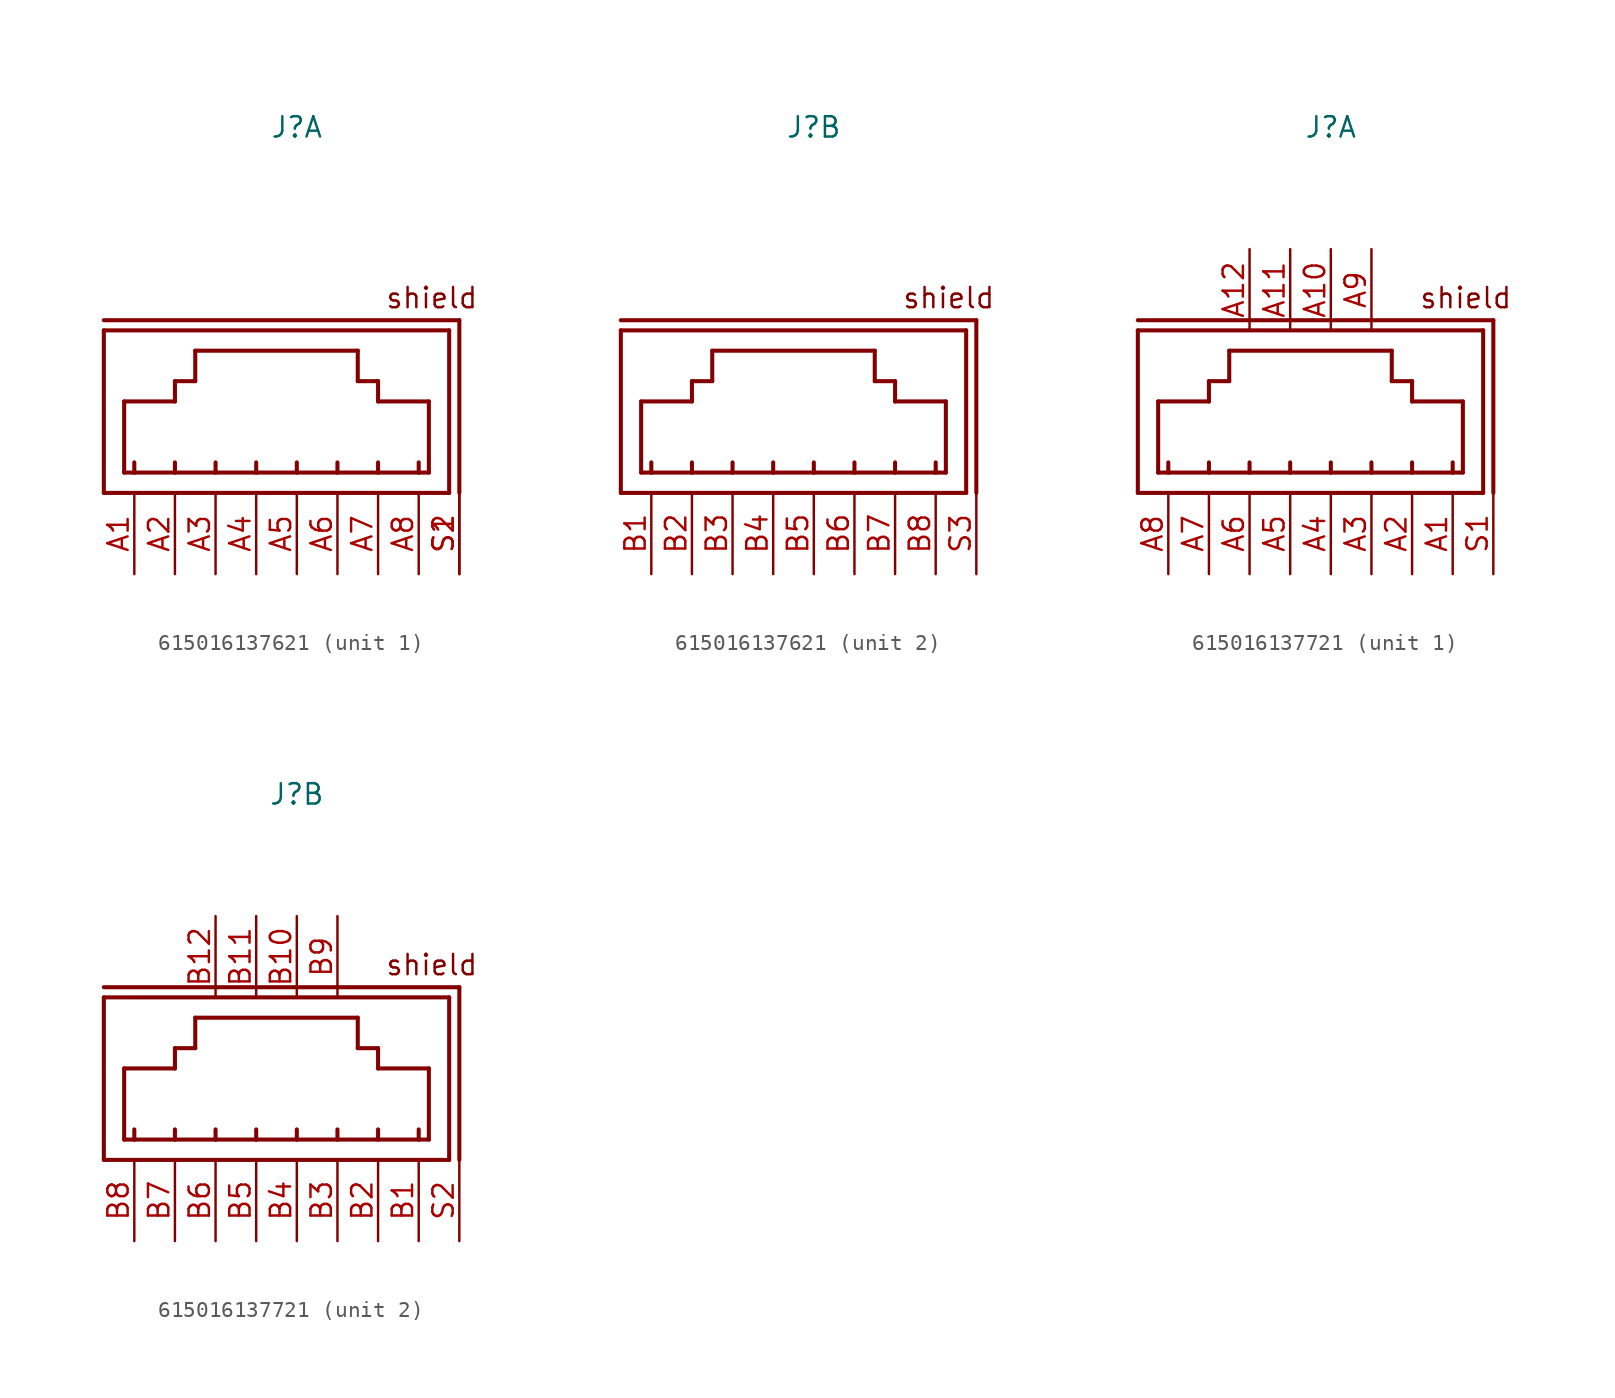
<source format=kicad_sym>
(kicad_symbol_lib
  (version 20241209)
  (generator "kicad_symbol_editor")
  (generator_version "9.0")
  (symbol "615016137621"
    (pin_names
      (hide yes))
    (property "Reference" "J"
      (at 0 17.78 0)
      (effects (font (size 1.27 1.27))))
    (property "ki_locked" ""
      (at 0 0 0)
      (effects (font (size 1.27 1.27))))
    (symbol "615016137621_1_0"
      (polyline (pts (xy -12.065 5.715) (xy 10.16 5.715)) (stroke (width 0.254) (type solid)) (fill (type none)))
      (polyline (pts (xy -12.065 5.08) (xy 9.525 5.08)) (stroke (width 0.254) (type solid)) (fill (type none)))
      (polyline (pts (xy -12.065 -5.08) (xy -12.065 5.08)) (stroke (width 0.254) (type solid)) (fill (type none)))
      (polyline (pts (xy -10.795 0.635) (xy -7.62 0.635)) (stroke (width 0.254) (type solid)) (fill (type none)))
      (polyline (pts (xy -10.795 -3.81) (xy -10.795 0.635)) (stroke (width 0.254) (type solid)) (fill (type none)))
      (polyline (pts (xy -10.16 -3.81) (xy -10.795 -3.81)) (stroke (width 0.254) (type solid)) (fill (type none)))
      (polyline (pts (xy -10.16 -3.81) (xy -10.16 -3.175)) (stroke (width 0.254) (type solid)) (fill (type none)))
      (polyline (pts (xy -7.62 1.905) (xy -6.35 1.905)) (stroke (width 0.254) (type solid)) (fill (type none)))
      (polyline (pts (xy -7.62 0.635) (xy -7.62 1.905)) (stroke (width 0.254) (type solid)) (fill (type none)))
      (polyline (pts (xy -7.62 -3.81) (xy -10.16 -3.81)) (stroke (width 0.254) (type solid)) (fill (type none)))
      (polyline (pts (xy -7.62 -3.81) (xy -7.62 -3.175)) (stroke (width 0.254) (type solid)) (fill (type none)))
      (polyline (pts (xy -6.35 3.81) (xy 3.81 3.81)) (stroke (width 0.254) (type solid)) (fill (type none)))
      (polyline (pts (xy -6.35 1.905) (xy -6.35 3.81)) (stroke (width 0.254) (type solid)) (fill (type none)))
      (polyline (pts (xy -5.08 -3.81) (xy -7.62 -3.81)) (stroke (width 0.254) (type solid)) (fill (type none)))
      (polyline (pts (xy -5.08 -3.81) (xy -5.08 -3.175)) (stroke (width 0.254) (type solid)) (fill (type none)))
      (polyline (pts (xy -2.54 -3.81) (xy -5.08 -3.81)) (stroke (width 0.254) (type solid)) (fill (type none)))
      (polyline (pts (xy -2.54 -3.81) (xy -2.54 -3.175)) (stroke (width 0.254) (type solid)) (fill (type none)))
      (polyline (pts (xy 0 -3.81) (xy -2.54 -3.81)) (stroke (width 0.254) (type solid)) (fill (type none)))
      (polyline (pts (xy 0 -3.81) (xy 0 -3.175)) (stroke (width 0.254) (type solid)) (fill (type none)))
      (polyline (pts (xy 2.54 -3.81) (xy 0 -3.81)) (stroke (width 0.254) (type solid)) (fill (type none)))
      (polyline (pts (xy 2.54 -3.81) (xy 2.54 -3.175)) (stroke (width 0.254) (type solid)) (fill (type none)))
      (polyline (pts (xy 3.81 1.905) (xy 3.81 3.81)) (stroke (width 0.254) (type solid)) (fill (type none)))
      (polyline (pts (xy 5.08 1.905) (xy 3.81 1.905)) (stroke (width 0.254) (type solid)) (fill (type none)))
      (polyline (pts (xy 5.08 0.635) (xy 5.08 1.905)) (stroke (width 0.254) (type solid)) (fill (type none)))
      (polyline (pts (xy 5.08 -3.81) (xy 2.54 -3.81)) (stroke (width 0.254) (type solid)) (fill (type none)))
      (polyline (pts (xy 5.08 -3.81) (xy 5.08 -3.175)) (stroke (width 0.254) (type solid)) (fill (type none)))
      (polyline (pts (xy 7.62 -3.81) (xy 5.08 -3.81)) (stroke (width 0.254) (type solid)) (fill (type none)))
      (polyline (pts (xy 7.62 -3.81) (xy 7.62 -3.175)) (stroke (width 0.254) (type solid)) (fill (type none)))
      (polyline (pts (xy 8.255 0.635) (xy 5.08 0.635)) (stroke (width 0.254) (type solid)) (fill (type none)))
      (polyline (pts (xy 8.255 0.635) (xy 8.255 -3.81)) (stroke (width 0.254) (type solid)) (fill (type none)))
      (polyline (pts (xy 8.255 -3.81) (xy 7.62 -3.81)) (stroke (width 0.254) (type solid)) (fill (type none)))
      (polyline (pts (xy 9.525 5.08) (xy 9.525 -5.08)) (stroke (width 0.254) (type solid)) (fill (type none)))
      (polyline (pts (xy 9.525 -5.08) (xy -12.065 -5.08)) (stroke (width 0.254) (type solid)) (fill (type none)))
      (polyline (pts (xy 10.16 5.715) (xy 10.16 -5.08)) (stroke (width 0.254) (type solid)) (fill (type none)))
      (pin passive line (at -10.16 -10.16 90) (length 5.08) (name "1" (effects (font (size 1.27 1.27)))) (number "A1" (effects (font (size 1.27 1.27)))))
      (pin passive line (at -7.62 -10.16 90) (length 5.08) (name "2" (effects (font (size 1.27 1.27)))) (number "A2" (effects (font (size 1.27 1.27)))))
      (pin passive line (at -5.08 -10.16 90) (length 5.08) (name "3" (effects (font (size 1.27 1.27)))) (number "A3" (effects (font (size 1.27 1.27)))))
      (pin passive line (at -2.54 -10.16 90) (length 5.08) (name "4" (effects (font (size 1.27 1.27)))) (number "A4" (effects (font (size 1.27 1.27)))))
      (pin passive line (at 0 -10.16 90) (length 5.08) (name "5" (effects (font (size 1.27 1.27)))) (number "A5" (effects (font (size 1.27 1.27)))))
      (pin passive line (at 2.54 -10.16 90) (length 5.08) (name "6" (effects (font (size 1.27 1.27)))) (number "A6" (effects (font (size 1.27 1.27)))))
      (pin passive line (at 5.08 -10.16 90) (length 5.08) (name "7" (effects (font (size 1.27 1.27)))) (number "A7" (effects (font (size 1.27 1.27)))))
      (pin passive line (at 7.62 -10.16 90) (length 5.08) (name "8" (effects (font (size 1.27 1.27)))) (number "A8" (effects (font (size 1.27 1.27)))))
      (pin passive line (at 10.16 -10.16 90) (length 5.08) (name "SHIELD" (effects (font (size 1.27 1.27)))) (number "S1" (effects (font (size 1.27 1.27)))))
      (pin passive line (at 10.16 -10.16 90) (length 5.08) (name "SHIELD" (effects (font (size 1.27 1.27)))) (number "S2" (effects (font (size 1.27 1.27))))))
    (symbol "615016137621_1_1"
      (text "shield" (at 5.495 6.365 0) (effects (font (size 1.27 1.27)) (justify left bottom))))
    (symbol "615016137621_2_0"
      (polyline (pts (xy -12.065 5.715) (xy 10.16 5.715)) (stroke (width 0.254) (type solid)) (fill (type none)))
      (polyline (pts (xy -12.065 5.08) (xy 9.525 5.08)) (stroke (width 0.254) (type solid)) (fill (type none)))
      (polyline (pts (xy -12.065 -5.08) (xy -12.065 5.08)) (stroke (width 0.254) (type solid)) (fill (type none)))
      (polyline (pts (xy -10.795 0.635) (xy -7.62 0.635)) (stroke (width 0.254) (type solid)) (fill (type none)))
      (polyline (pts (xy -10.795 -3.81) (xy -10.795 0.635)) (stroke (width 0.254) (type solid)) (fill (type none)))
      (polyline (pts (xy -10.16 -3.81) (xy -10.795 -3.81)) (stroke (width 0.254) (type solid)) (fill (type none)))
      (polyline (pts (xy -10.16 -3.81) (xy -10.16 -3.175)) (stroke (width 0.254) (type solid)) (fill (type none)))
      (polyline (pts (xy -7.62 1.905) (xy -6.35 1.905)) (stroke (width 0.254) (type solid)) (fill (type none)))
      (polyline (pts (xy -7.62 0.635) (xy -7.62 1.905)) (stroke (width 0.254) (type solid)) (fill (type none)))
      (polyline (pts (xy -7.62 -3.81) (xy -10.16 -3.81)) (stroke (width 0.254) (type solid)) (fill (type none)))
      (polyline (pts (xy -7.62 -3.81) (xy -7.62 -3.175)) (stroke (width 0.254) (type solid)) (fill (type none)))
      (polyline (pts (xy -6.35 3.81) (xy 3.81 3.81)) (stroke (width 0.254) (type solid)) (fill (type none)))
      (polyline (pts (xy -6.35 1.905) (xy -6.35 3.81)) (stroke (width 0.254) (type solid)) (fill (type none)))
      (polyline (pts (xy -5.08 -3.81) (xy -7.62 -3.81)) (stroke (width 0.254) (type solid)) (fill (type none)))
      (polyline (pts (xy -5.08 -3.81) (xy -5.08 -3.175)) (stroke (width 0.254) (type solid)) (fill (type none)))
      (polyline (pts (xy -2.54 -3.81) (xy -5.08 -3.81)) (stroke (width 0.254) (type solid)) (fill (type none)))
      (polyline (pts (xy -2.54 -3.81) (xy -2.54 -3.175)) (stroke (width 0.254) (type solid)) (fill (type none)))
      (polyline (pts (xy 0 -3.81) (xy -2.54 -3.81)) (stroke (width 0.254) (type solid)) (fill (type none)))
      (polyline (pts (xy 0 -3.81) (xy 0 -3.175)) (stroke (width 0.254) (type solid)) (fill (type none)))
      (polyline (pts (xy 2.54 -3.81) (xy 0 -3.81)) (stroke (width 0.254) (type solid)) (fill (type none)))
      (polyline (pts (xy 2.54 -3.81) (xy 2.54 -3.175)) (stroke (width 0.254) (type solid)) (fill (type none)))
      (polyline (pts (xy 3.81 1.905) (xy 3.81 3.81)) (stroke (width 0.254) (type solid)) (fill (type none)))
      (polyline (pts (xy 5.08 1.905) (xy 3.81 1.905)) (stroke (width 0.254) (type solid)) (fill (type none)))
      (polyline (pts (xy 5.08 0.635) (xy 5.08 1.905)) (stroke (width 0.254) (type solid)) (fill (type none)))
      (polyline (pts (xy 5.08 -3.81) (xy 2.54 -3.81)) (stroke (width 0.254) (type solid)) (fill (type none)))
      (polyline (pts (xy 5.08 -3.81) (xy 5.08 -3.175)) (stroke (width 0.254) (type solid)) (fill (type none)))
      (polyline (pts (xy 7.62 -3.81) (xy 5.08 -3.81)) (stroke (width 0.254) (type solid)) (fill (type none)))
      (polyline (pts (xy 7.62 -3.81) (xy 7.62 -3.175)) (stroke (width 0.254) (type solid)) (fill (type none)))
      (polyline (pts (xy 8.255 0.635) (xy 5.08 0.635)) (stroke (width 0.254) (type solid)) (fill (type none)))
      (polyline (pts (xy 8.255 0.635) (xy 8.255 -3.81)) (stroke (width 0.254) (type solid)) (fill (type none)))
      (polyline (pts (xy 8.255 -3.81) (xy 7.62 -3.81)) (stroke (width 0.254) (type solid)) (fill (type none)))
      (polyline (pts (xy 9.525 5.08) (xy 9.525 -5.08)) (stroke (width 0.254) (type solid)) (fill (type none)))
      (polyline (pts (xy 9.525 -5.08) (xy -12.065 -5.08)) (stroke (width 0.254) (type solid)) (fill (type none)))
      (polyline (pts (xy 10.16 5.715) (xy 10.16 -5.08)) (stroke (width 0.254) (type solid)) (fill (type none)))
      (pin passive line (at -10.16 -10.16 90) (length 5.08) (name "1" (effects (font (size 1.27 1.27)))) (number "B1" (effects (font (size 1.27 1.27)))))
      (pin passive line (at -7.62 -10.16 90) (length 5.08) (name "2" (effects (font (size 1.27 1.27)))) (number "B2" (effects (font (size 1.27 1.27)))))
      (pin passive line (at -5.08 -10.16 90) (length 5.08) (name "3" (effects (font (size 1.27 1.27)))) (number "B3" (effects (font (size 1.27 1.27)))))
      (pin passive line (at -2.54 -10.16 90) (length 5.08) (name "4" (effects (font (size 1.27 1.27)))) (number "B4" (effects (font (size 1.27 1.27)))))
      (pin passive line (at 0 -10.16 90) (length 5.08) (name "5" (effects (font (size 1.27 1.27)))) (number "B5" (effects (font (size 1.27 1.27)))))
      (pin passive line (at 2.54 -10.16 90) (length 5.08) (name "6" (effects (font (size 1.27 1.27)))) (number "B6" (effects (font (size 1.27 1.27)))))
      (pin passive line (at 5.08 -10.16 90) (length 5.08) (name "7" (effects (font (size 1.27 1.27)))) (number "B7" (effects (font (size 1.27 1.27)))))
      (pin passive line (at 7.62 -10.16 90) (length 5.08) (name "8" (effects (font (size 1.27 1.27)))) (number "B8" (effects (font (size 1.27 1.27)))))
      (pin passive line (at 10.16 -10.16 90) (length 5.08) (name "SHIELD" (effects (font (size 1.27 1.27)))) (number "S3" (effects (font (size 1.27 1.27))))))
    (symbol "615016137621_2_1"
      (text "shield" (at 5.495 6.365 0) (effects (font (size 1.27 1.27)) (justify left bottom)))))
  (symbol "615016137721"
    (pin_names
      (hide yes))
    (property "Reference" "J"
      (at 0 17.78 0)
      (effects (font (size 1.27 1.27))))
    (property "ki_locked" ""
      (at 0 0 0)
      (effects (font (size 1.27 1.27))))
    (symbol "615016137721_1_0"
      (polyline (pts (xy -12.065 5.715) (xy 10.16 5.715)) (stroke (width 0.254) (type solid)) (fill (type none)))
      (polyline (pts (xy -12.065 5.08) (xy 9.525 5.08)) (stroke (width 0.254) (type solid)) (fill (type none)))
      (polyline (pts (xy -12.065 -5.08) (xy -12.065 5.08)) (stroke (width 0.254) (type solid)) (fill (type none)))
      (polyline (pts (xy -10.795 0.635) (xy -7.62 0.635)) (stroke (width 0.254) (type solid)) (fill (type none)))
      (polyline (pts (xy -10.795 -3.81) (xy -10.795 0.635)) (stroke (width 0.254) (type solid)) (fill (type none)))
      (polyline (pts (xy -10.16 -3.81) (xy -10.795 -3.81)) (stroke (width 0.254) (type solid)) (fill (type none)))
      (polyline (pts (xy -10.16 -3.81) (xy -10.16 -3.175)) (stroke (width 0.254) (type solid)) (fill (type none)))
      (polyline (pts (xy -7.62 1.905) (xy -6.35 1.905)) (stroke (width 0.254) (type solid)) (fill (type none)))
      (polyline (pts (xy -7.62 0.635) (xy -7.62 1.905)) (stroke (width 0.254) (type solid)) (fill (type none)))
      (polyline (pts (xy -7.62 -3.81) (xy -10.16 -3.81)) (stroke (width 0.254) (type solid)) (fill (type none)))
      (polyline (pts (xy -7.62 -3.81) (xy -7.62 -3.175)) (stroke (width 0.254) (type solid)) (fill (type none)))
      (polyline (pts (xy -6.35 3.81) (xy 3.81 3.81)) (stroke (width 0.254) (type solid)) (fill (type none)))
      (polyline (pts (xy -6.35 1.905) (xy -6.35 3.81)) (stroke (width 0.254) (type solid)) (fill (type none)))
      (polyline (pts (xy -5.08 -3.81) (xy -7.62 -3.81)) (stroke (width 0.254) (type solid)) (fill (type none)))
      (polyline (pts (xy -5.08 -3.81) (xy -5.08 -3.175)) (stroke (width 0.254) (type solid)) (fill (type none)))
      (polyline (pts (xy -2.54 -3.81) (xy -5.08 -3.81)) (stroke (width 0.254) (type solid)) (fill (type none)))
      (polyline (pts (xy -2.54 -3.81) (xy -2.54 -3.175)) (stroke (width 0.254) (type solid)) (fill (type none)))
      (polyline (pts (xy 0 -3.81) (xy -2.54 -3.81)) (stroke (width 0.254) (type solid)) (fill (type none)))
      (polyline (pts (xy 0 -3.81) (xy 0 -3.175)) (stroke (width 0.254) (type solid)) (fill (type none)))
      (polyline (pts (xy 2.54 -3.81) (xy 0 -3.81)) (stroke (width 0.254) (type solid)) (fill (type none)))
      (polyline (pts (xy 2.54 -3.81) (xy 2.54 -3.175)) (stroke (width 0.254) (type solid)) (fill (type none)))
      (polyline (pts (xy 3.81 1.905) (xy 3.81 3.81)) (stroke (width 0.254) (type solid)) (fill (type none)))
      (polyline (pts (xy 5.08 1.905) (xy 3.81 1.905)) (stroke (width 0.254) (type solid)) (fill (type none)))
      (polyline (pts (xy 5.08 0.635) (xy 5.08 1.905)) (stroke (width 0.254) (type solid)) (fill (type none)))
      (polyline (pts (xy 5.08 -3.81) (xy 2.54 -3.81)) (stroke (width 0.254) (type solid)) (fill (type none)))
      (polyline (pts (xy 5.08 -3.81) (xy 5.08 -3.175)) (stroke (width 0.254) (type solid)) (fill (type none)))
      (polyline (pts (xy 7.62 -3.81) (xy 5.08 -3.81)) (stroke (width 0.254) (type solid)) (fill (type none)))
      (polyline (pts (xy 7.62 -3.81) (xy 7.62 -3.175)) (stroke (width 0.254) (type solid)) (fill (type none)))
      (polyline (pts (xy 8.255 0.635) (xy 5.08 0.635)) (stroke (width 0.254) (type solid)) (fill (type none)))
      (polyline (pts (xy 8.255 0.635) (xy 8.255 -3.81)) (stroke (width 0.254) (type solid)) (fill (type none)))
      (polyline (pts (xy 8.255 -3.81) (xy 7.62 -3.81)) (stroke (width 0.254) (type solid)) (fill (type none)))
      (polyline (pts (xy 9.525 5.08) (xy 9.525 -5.08)) (stroke (width 0.254) (type solid)) (fill (type none)))
      (polyline (pts (xy 9.525 -5.08) (xy -12.065 -5.08)) (stroke (width 0.254) (type solid)) (fill (type none)))
      (polyline (pts (xy 10.16 5.715) (xy 10.16 -5.08)) (stroke (width 0.254) (type solid)) (fill (type none)))
      (pin passive line (at -10.16 -10.16 90) (length 5.08) (name "8" (effects (font (size 1.27 1.27)))) (number "A8" (effects (font (size 1.27 1.27)))))
      (pin passive line (at -7.62 -10.16 90) (length 5.08) (name "7" (effects (font (size 1.27 1.27)))) (number "A7" (effects (font (size 1.27 1.27)))))
      (pin passive line (at -5.08 10.16 270) (length 5.08) (name "Y+" (effects (font (size 1.27 1.27)))) (number "A12" (effects (font (size 1.27 1.27)))))
      (pin passive line (at -5.08 -10.16 90) (length 5.08) (name "6" (effects (font (size 1.27 1.27)))) (number "A6" (effects (font (size 1.27 1.27)))))
      (pin passive line (at -2.54 10.16 270) (length 5.08) (name "Y-" (effects (font (size 1.27 1.27)))) (number "A11" (effects (font (size 1.27 1.27)))))
      (pin passive line (at -2.54 -10.16 90) (length 5.08) (name "5" (effects (font (size 1.27 1.27)))) (number "A5" (effects (font (size 1.27 1.27)))))
      (pin passive line (at 0 10.16 270) (length 5.08) (name "G+" (effects (font (size 1.27 1.27)))) (number "A10" (effects (font (size 1.27 1.27)))))
      (pin passive line (at 0 -10.16 90) (length 5.08) (name "4" (effects (font (size 1.27 1.27)))) (number "A4" (effects (font (size 1.27 1.27)))))
      (pin passive line (at 2.54 10.16 270) (length 5.08) (name "G-" (effects (font (size 1.27 1.27)))) (number "A9" (effects (font (size 1.27 1.27)))))
      (pin passive line (at 2.54 -10.16 90) (length 5.08) (name "3" (effects (font (size 1.27 1.27)))) (number "A3" (effects (font (size 1.27 1.27)))))
      (pin passive line (at 5.08 -10.16 90) (length 5.08) (name "2" (effects (font (size 1.27 1.27)))) (number "A2" (effects (font (size 1.27 1.27)))))
      (pin passive line (at 7.62 -10.16 90) (length 5.08) (name "1" (effects (font (size 1.27 1.27)))) (number "A1" (effects (font (size 1.27 1.27)))))
      (pin passive line (at 10.16 -10.16 90) (length 5.08) (name "SHIELD" (effects (font (size 1.27 1.27)))) (number "S1" (effects (font (size 1.27 1.27))))))
    (symbol "615016137721_1_1"
      (text "shield" (at 5.495 6.365 0) (effects (font (size 1.27 1.27)) (justify left bottom))))
    (symbol "615016137721_2_0"
      (polyline (pts (xy -12.065 5.715) (xy 10.16 5.715)) (stroke (width 0.254) (type solid)) (fill (type none)))
      (polyline (pts (xy -12.065 5.08) (xy 9.525 5.08)) (stroke (width 0.254) (type solid)) (fill (type none)))
      (polyline (pts (xy -12.065 -5.08) (xy -12.065 5.08)) (stroke (width 0.254) (type solid)) (fill (type none)))
      (polyline (pts (xy -10.795 0.635) (xy -7.62 0.635)) (stroke (width 0.254) (type solid)) (fill (type none)))
      (polyline (pts (xy -10.795 -3.81) (xy -10.795 0.635)) (stroke (width 0.254) (type solid)) (fill (type none)))
      (polyline (pts (xy -10.16 -3.81) (xy -10.795 -3.81)) (stroke (width 0.254) (type solid)) (fill (type none)))
      (polyline (pts (xy -10.16 -3.81) (xy -10.16 -3.175)) (stroke (width 0.254) (type solid)) (fill (type none)))
      (polyline (pts (xy -7.62 1.905) (xy -6.35 1.905)) (stroke (width 0.254) (type solid)) (fill (type none)))
      (polyline (pts (xy -7.62 0.635) (xy -7.62 1.905)) (stroke (width 0.254) (type solid)) (fill (type none)))
      (polyline (pts (xy -7.62 -3.81) (xy -10.16 -3.81)) (stroke (width 0.254) (type solid)) (fill (type none)))
      (polyline (pts (xy -7.62 -3.81) (xy -7.62 -3.175)) (stroke (width 0.254) (type solid)) (fill (type none)))
      (polyline (pts (xy -6.35 3.81) (xy 3.81 3.81)) (stroke (width 0.254) (type solid)) (fill (type none)))
      (polyline (pts (xy -6.35 1.905) (xy -6.35 3.81)) (stroke (width 0.254) (type solid)) (fill (type none)))
      (polyline (pts (xy -5.08 -3.81) (xy -7.62 -3.81)) (stroke (width 0.254) (type solid)) (fill (type none)))
      (polyline (pts (xy -5.08 -3.81) (xy -5.08 -3.175)) (stroke (width 0.254) (type solid)) (fill (type none)))
      (polyline (pts (xy -2.54 -3.81) (xy -5.08 -3.81)) (stroke (width 0.254) (type solid)) (fill (type none)))
      (polyline (pts (xy -2.54 -3.81) (xy -2.54 -3.175)) (stroke (width 0.254) (type solid)) (fill (type none)))
      (polyline (pts (xy 0 -3.81) (xy -2.54 -3.81)) (stroke (width 0.254) (type solid)) (fill (type none)))
      (polyline (pts (xy 0 -3.81) (xy 0 -3.175)) (stroke (width 0.254) (type solid)) (fill (type none)))
      (polyline (pts (xy 2.54 -3.81) (xy 0 -3.81)) (stroke (width 0.254) (type solid)) (fill (type none)))
      (polyline (pts (xy 2.54 -3.81) (xy 2.54 -3.175)) (stroke (width 0.254) (type solid)) (fill (type none)))
      (polyline (pts (xy 3.81 1.905) (xy 3.81 3.81)) (stroke (width 0.254) (type solid)) (fill (type none)))
      (polyline (pts (xy 5.08 1.905) (xy 3.81 1.905)) (stroke (width 0.254) (type solid)) (fill (type none)))
      (polyline (pts (xy 5.08 0.635) (xy 5.08 1.905)) (stroke (width 0.254) (type solid)) (fill (type none)))
      (polyline (pts (xy 5.08 -3.81) (xy 2.54 -3.81)) (stroke (width 0.254) (type solid)) (fill (type none)))
      (polyline (pts (xy 5.08 -3.81) (xy 5.08 -3.175)) (stroke (width 0.254) (type solid)) (fill (type none)))
      (polyline (pts (xy 7.62 -3.81) (xy 5.08 -3.81)) (stroke (width 0.254) (type solid)) (fill (type none)))
      (polyline (pts (xy 7.62 -3.81) (xy 7.62 -3.175)) (stroke (width 0.254) (type solid)) (fill (type none)))
      (polyline (pts (xy 8.255 0.635) (xy 5.08 0.635)) (stroke (width 0.254) (type solid)) (fill (type none)))
      (polyline (pts (xy 8.255 0.635) (xy 8.255 -3.81)) (stroke (width 0.254) (type solid)) (fill (type none)))
      (polyline (pts (xy 8.255 -3.81) (xy 7.62 -3.81)) (stroke (width 0.254) (type solid)) (fill (type none)))
      (polyline (pts (xy 9.525 5.08) (xy 9.525 -5.08)) (stroke (width 0.254) (type solid)) (fill (type none)))
      (polyline (pts (xy 9.525 -5.08) (xy -12.065 -5.08)) (stroke (width 0.254) (type solid)) (fill (type none)))
      (polyline (pts (xy 10.16 5.715) (xy 10.16 -5.08)) (stroke (width 0.254) (type solid)) (fill (type none)))
      (pin passive line (at -10.16 -10.16 90) (length 5.08) (name "8" (effects (font (size 1.27 1.27)))) (number "B8" (effects (font (size 1.27 1.27)))))
      (pin passive line (at -7.62 -10.16 90) (length 5.08) (name "7" (effects (font (size 1.27 1.27)))) (number "B7" (effects (font (size 1.27 1.27)))))
      (pin passive line (at -5.08 10.16 270) (length 5.08) (name "Y+" (effects (font (size 1.27 1.27)))) (number "B12" (effects (font (size 1.27 1.27)))))
      (pin passive line (at -5.08 -10.16 90) (length 5.08) (name "6" (effects (font (size 1.27 1.27)))) (number "B6" (effects (font (size 1.27 1.27)))))
      (pin passive line (at -2.54 10.16 270) (length 5.08) (name "Y-" (effects (font (size 1.27 1.27)))) (number "B11" (effects (font (size 1.27 1.27)))))
      (pin passive line (at -2.54 -10.16 90) (length 5.08) (name "5" (effects (font (size 1.27 1.27)))) (number "B5" (effects (font (size 1.27 1.27)))))
      (pin passive line (at 0 10.16 270) (length 5.08) (name "G+" (effects (font (size 1.27 1.27)))) (number "B10" (effects (font (size 1.27 1.27)))))
      (pin passive line (at 0 -10.16 90) (length 5.08) (name "4" (effects (font (size 1.27 1.27)))) (number "B4" (effects (font (size 1.27 1.27)))))
      (pin passive line (at 2.54 10.16 270) (length 5.08) (name "G-" (effects (font (size 1.27 1.27)))) (number "B9" (effects (font (size 1.27 1.27)))))
      (pin passive line (at 2.54 -10.16 90) (length 5.08) (name "3" (effects (font (size 1.27 1.27)))) (number "B3" (effects (font (size 1.27 1.27)))))
      (pin passive line (at 5.08 -10.16 90) (length 5.08) (name "2" (effects (font (size 1.27 1.27)))) (number "B2" (effects (font (size 1.27 1.27)))))
      (pin passive line (at 7.62 -10.16 90) (length 5.08) (name "1" (effects (font (size 1.27 1.27)))) (number "B1" (effects (font (size 1.27 1.27)))))
      (pin passive line (at 10.16 -10.16 90) (length 5.08) (name "SHIELD" (effects (font (size 1.27 1.27)))) (number "S2" (effects (font (size 1.27 1.27))))))
    (symbol "615016137721_2_1"
      (text "shield" (at 5.495 6.365 0) (effects (font (size 1.27 1.27)) (justify left bottom))))))
</source>
